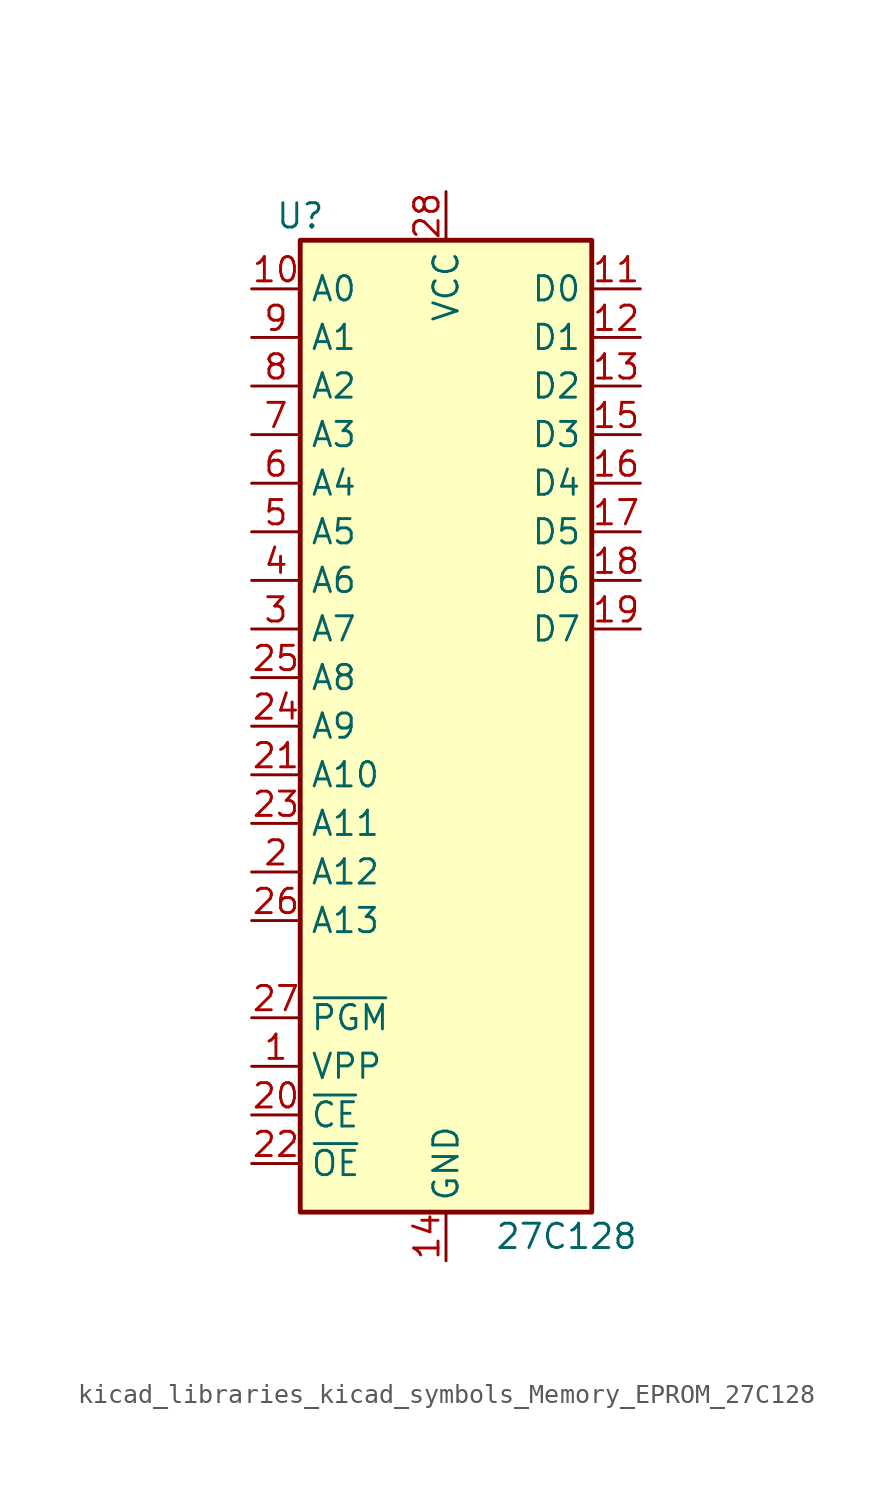
<source format=kicad_sym>
(kicad_symbol_lib
  (version 20220914)
  (generator kicad_symbol_editor)
  (symbol "kicad_libraries_kicad_symbols_Memory_EPROM_27C128"
    (property "Reference" "U"
      (at -7.62 26.67 0)
      (effects (font (size 1.27 1.27))))
    (property "Value" "27C128"
      (at 2.54 -26.67 0)
      (effects (font (size 1.27 1.27)) (justify left)))
    (symbol "kicad_libraries_kicad_symbols_Memory_EPROM_27C128_1_1"
      (rectangle (start -7.62 25.4) (end 7.62 -25.4) (stroke (width 0.254) (type default)) (fill (type background)))
      (pin input line (at -10.16 -17.78 0) (length 2.54) (name "VPP" (effects (font (size 1.27 1.27)))) (number "1" (effects (font (size 1.27 1.27)))))
      (pin input line (at -10.16 22.86 0) (length 2.54) (name "A0" (effects (font (size 1.27 1.27)))) (number "10" (effects (font (size 1.27 1.27)))))
      (pin tri_state line (at 10.16 22.86 180) (length 2.54) (name "D0" (effects (font (size 1.27 1.27)))) (number "11" (effects (font (size 1.27 1.27)))))
      (pin tri_state line (at 10.16 20.32 180) (length 2.54) (name "D1" (effects (font (size 1.27 1.27)))) (number "12" (effects (font (size 1.27 1.27)))))
      (pin tri_state line (at 10.16 17.78 180) (length 2.54) (name "D2" (effects (font (size 1.27 1.27)))) (number "13" (effects (font (size 1.27 1.27)))))
      (pin power_in line (at 0 -27.94 90) (length 2.54) (name "GND" (effects (font (size 1.27 1.27)))) (number "14" (effects (font (size 1.27 1.27)))))
      (pin tri_state line (at 10.16 15.24 180) (length 2.54) (name "D3" (effects (font (size 1.27 1.27)))) (number "15" (effects (font (size 1.27 1.27)))))
      (pin tri_state line (at 10.16 12.7 180) (length 2.54) (name "D4" (effects (font (size 1.27 1.27)))) (number "16" (effects (font (size 1.27 1.27)))))
      (pin tri_state line (at 10.16 10.16 180) (length 2.54) (name "D5" (effects (font (size 1.27 1.27)))) (number "17" (effects (font (size 1.27 1.27)))))
      (pin tri_state line (at 10.16 7.62 180) (length 2.54) (name "D6" (effects (font (size 1.27 1.27)))) (number "18" (effects (font (size 1.27 1.27)))))
      (pin tri_state line (at 10.16 5.08 180) (length 2.54) (name "D7" (effects (font (size 1.27 1.27)))) (number "19" (effects (font (size 1.27 1.27)))))
      (pin input line (at -10.16 -7.62 0) (length 2.54) (name "A12" (effects (font (size 1.27 1.27)))) (number "2" (effects (font (size 1.27 1.27)))))
      (pin input line (at -10.16 -20.32 0) (length 2.54) (name "~{CE}" (effects (font (size 1.27 1.27)))) (number "20" (effects (font (size 1.27 1.27)))))
      (pin input line (at -10.16 -2.54 0) (length 2.54) (name "A10" (effects (font (size 1.27 1.27)))) (number "21" (effects (font (size 1.27 1.27)))))
      (pin input line (at -10.16 -22.86 0) (length 2.54) (name "~{OE}" (effects (font (size 1.27 1.27)))) (number "22" (effects (font (size 1.27 1.27)))))
      (pin input line (at -10.16 -5.08 0) (length 2.54) (name "A11" (effects (font (size 1.27 1.27)))) (number "23" (effects (font (size 1.27 1.27)))))
      (pin input line (at -10.16 0 0) (length 2.54) (name "A9" (effects (font (size 1.27 1.27)))) (number "24" (effects (font (size 1.27 1.27)))))
      (pin input line (at -10.16 2.54 0) (length 2.54) (name "A8" (effects (font (size 1.27 1.27)))) (number "25" (effects (font (size 1.27 1.27)))))
      (pin input line (at -10.16 -10.16 0) (length 2.54) (name "A13" (effects (font (size 1.27 1.27)))) (number "26" (effects (font (size 1.27 1.27)))))
      (pin input line (at -10.16 -15.24 0) (length 2.54) (name "~{PGM}" (effects (font (size 1.27 1.27)))) (number "27" (effects (font (size 1.27 1.27)))))
      (pin power_in line (at 0 27.94 270) (length 2.54) (name "VCC" (effects (font (size 1.27 1.27)))) (number "28" (effects (font (size 1.27 1.27)))))
      (pin input line (at -10.16 5.08 0) (length 2.54) (name "A7" (effects (font (size 1.27 1.27)))) (number "3" (effects (font (size 1.27 1.27)))))
      (pin input line (at -10.16 7.62 0) (length 2.54) (name "A6" (effects (font (size 1.27 1.27)))) (number "4" (effects (font (size 1.27 1.27)))))
      (pin input line (at -10.16 10.16 0) (length 2.54) (name "A5" (effects (font (size 1.27 1.27)))) (number "5" (effects (font (size 1.27 1.27)))))
      (pin input line (at -10.16 12.7 0) (length 2.54) (name "A4" (effects (font (size 1.27 1.27)))) (number "6" (effects (font (size 1.27 1.27)))))
      (pin input line (at -10.16 15.24 0) (length 2.54) (name "A3" (effects (font (size 1.27 1.27)))) (number "7" (effects (font (size 1.27 1.27)))))
      (pin input line (at -10.16 17.78 0) (length 2.54) (name "A2" (effects (font (size 1.27 1.27)))) (number "8" (effects (font (size 1.27 1.27)))))
      (pin input line (at -10.16 20.32 0) (length 2.54) (name "A1" (effects (font (size 1.27 1.27)))) (number "9" (effects (font (size 1.27 1.27))))))))
</source>
